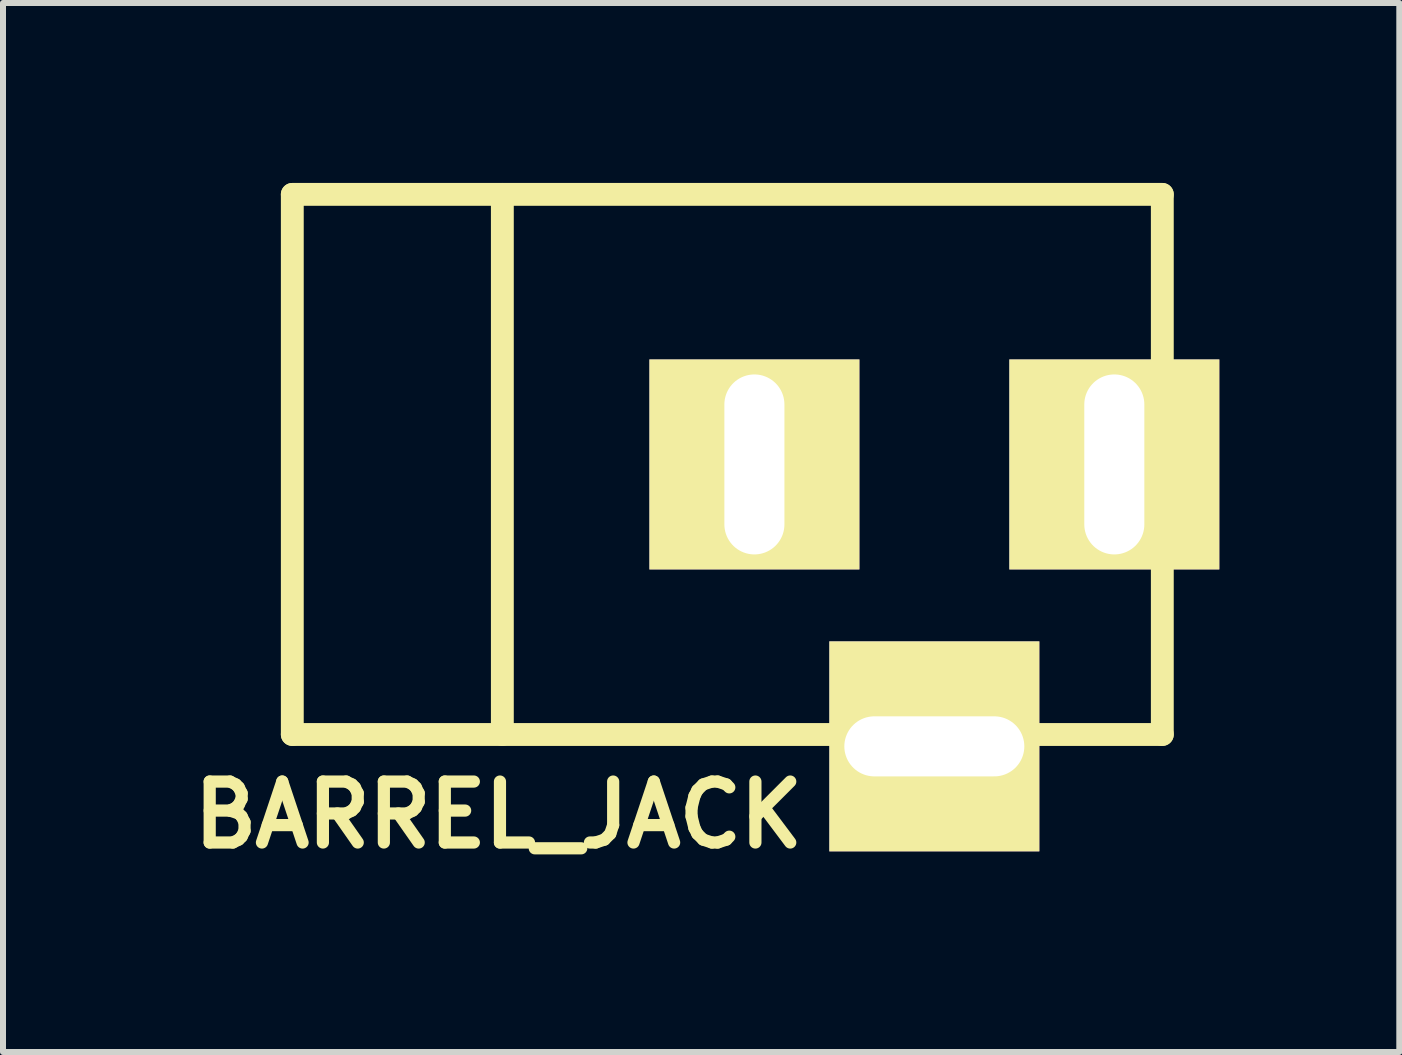
<source format=kicad_pcb>
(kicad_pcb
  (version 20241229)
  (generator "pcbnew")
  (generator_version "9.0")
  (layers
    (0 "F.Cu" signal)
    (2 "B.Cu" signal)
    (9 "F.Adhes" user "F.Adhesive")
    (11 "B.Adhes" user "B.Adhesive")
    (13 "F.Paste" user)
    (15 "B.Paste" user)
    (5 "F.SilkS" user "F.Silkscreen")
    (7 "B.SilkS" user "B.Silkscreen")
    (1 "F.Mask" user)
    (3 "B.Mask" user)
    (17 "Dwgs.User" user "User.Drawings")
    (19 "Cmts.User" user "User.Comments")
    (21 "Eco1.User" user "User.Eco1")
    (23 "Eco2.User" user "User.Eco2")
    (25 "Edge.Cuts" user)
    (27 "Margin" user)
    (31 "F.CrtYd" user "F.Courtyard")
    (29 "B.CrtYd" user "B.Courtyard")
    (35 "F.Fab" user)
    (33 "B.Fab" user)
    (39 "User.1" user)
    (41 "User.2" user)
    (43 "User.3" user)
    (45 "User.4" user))
  (footprint "BARREL_JACK"
    (layer "F.Cu")
    (at 9.323 4.691)
    (property "Reference" "BARREL_JACK" (at -4.064 5.842 0) (layer "F.SilkS") (effects (font (size 1.016 1.016) (thickness 0.203))))
    (attr through_hole)
    (fp_line (start -7.501 -4.501) (end -7.501 4.501) (stroke (width 0.381) (type solid)) (layer "F.SilkS"))
    (fp_line (start -7.501 4.501) (end 7 4.501) (stroke (width 0.381) (type solid)) (layer "F.SilkS"))
    (fp_line (start -4 -4.501) (end -4 4.501) (stroke (width 0.381) (type solid)) (layer "F.SilkS"))
    (fp_line (start 7 -4.501) (end -7.501 -4.501) (stroke (width 0.381) (type solid)) (layer "F.SilkS"))
    (fp_line (start 7 4.501) (end 7 -4.501) (stroke (width 0.381) (type solid)) (layer "F.SilkS"))
    (pad "1" thru_hole rect (at 6.2 0) (size 3.5 3.5) (drill oval 1.001 3) (layers "*.Cu" "*.Mask" "F.SilkS"))
    (pad "2" thru_hole rect (at 0.201 0) (size 3.5 3.5) (drill oval 1.001 3) (layers "*.Cu" "*.Mask" "F.SilkS"))
    (pad "3" thru_hole rect (at 3.2 4.699) (size 3.5 3.5) (drill oval 3 1.001) (layers "*.Cu" "*.Mask" "F.SilkS")))
  (gr_rect
    (start -3 -3)
    (end 20.273 14.484)
    (stroke (width 0.1) (type default))
    (fill no)
    (layer "Edge.Cuts")))
</source>
